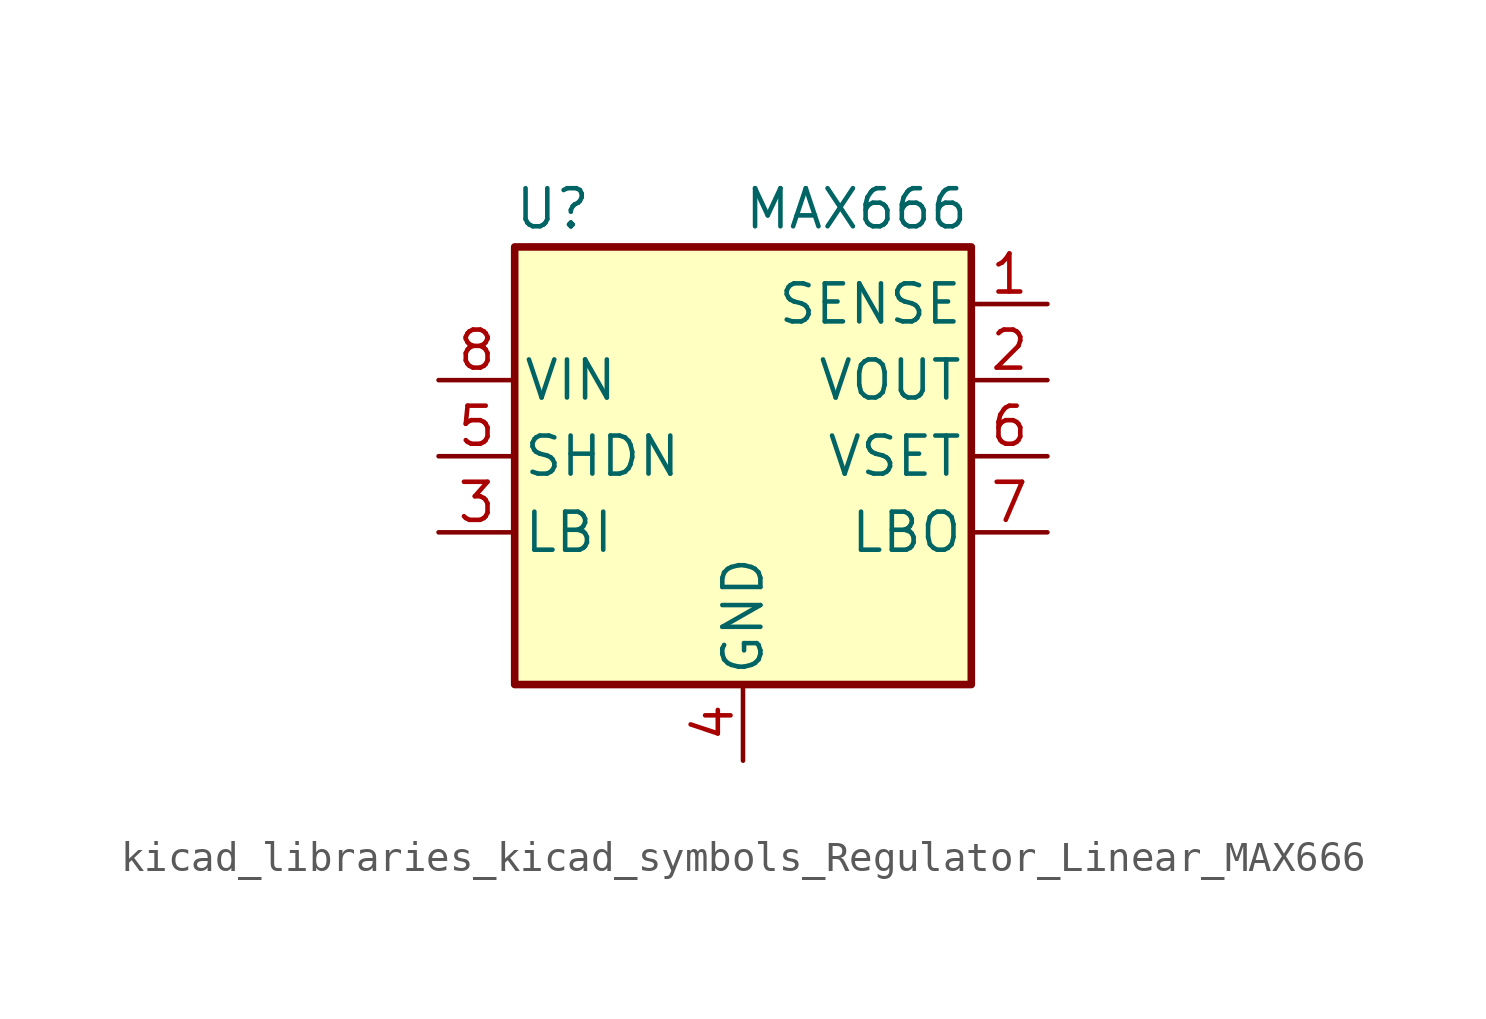
<source format=kicad_sym>
(kicad_symbol_lib
  (version 20220914)
  (generator kicad_symbol_editor)
  (symbol "kicad_libraries_kicad_symbols_Regulator_Linear_MAX666"
    (pin_names
      (offset 0.254))
    (property "Reference" "U"
      (at -6.35 8.255 0)
      (effects (font (size 1.27 1.27))))
    (property "Value" "MAX666"
      (at 0 8.255 0)
      (effects (font (size 1.27 1.27)) (justify left)))
    (symbol "kicad_libraries_kicad_symbols_Regulator_Linear_MAX666_0_1"
      (rectangle (start -7.62 -7.62) (end 7.62 6.985) (stroke (width 0.254) (type default)) (fill (type background))))
    (symbol "kicad_libraries_kicad_symbols_Regulator_Linear_MAX666_1_1"
      (pin input line (at 10.16 5.08 180) (length 2.54) (name "SENSE" (effects (font (size 1.27 1.27)))) (number "1" (effects (font (size 1.27 1.27)))))
      (pin power_out line (at 10.16 2.54 180) (length 2.54) (name "VOUT" (effects (font (size 1.27 1.27)))) (number "2" (effects (font (size 1.27 1.27)))))
      (pin input line (at -10.16 -2.54 0) (length 2.54) (name "LBI" (effects (font (size 1.27 1.27)))) (number "3" (effects (font (size 1.27 1.27)))))
      (pin power_in line (at 0 -10.16 90) (length 2.54) (name "GND" (effects (font (size 1.27 1.27)))) (number "4" (effects (font (size 1.27 1.27)))))
      (pin input line (at -10.16 0 0) (length 2.54) (name "SHDN" (effects (font (size 1.27 1.27)))) (number "5" (effects (font (size 1.27 1.27)))))
      (pin input line (at 10.16 0 180) (length 2.54) (name "VSET" (effects (font (size 1.27 1.27)))) (number "6" (effects (font (size 1.27 1.27)))))
      (pin output line (at 10.16 -2.54 180) (length 2.54) (name "LBO" (effects (font (size 1.27 1.27)))) (number "7" (effects (font (size 1.27 1.27)))))
      (pin power_in line (at -10.16 2.54 0) (length 2.54) (name "VIN" (effects (font (size 1.27 1.27)))) (number "8" (effects (font (size 1.27 1.27))))))))
</source>
